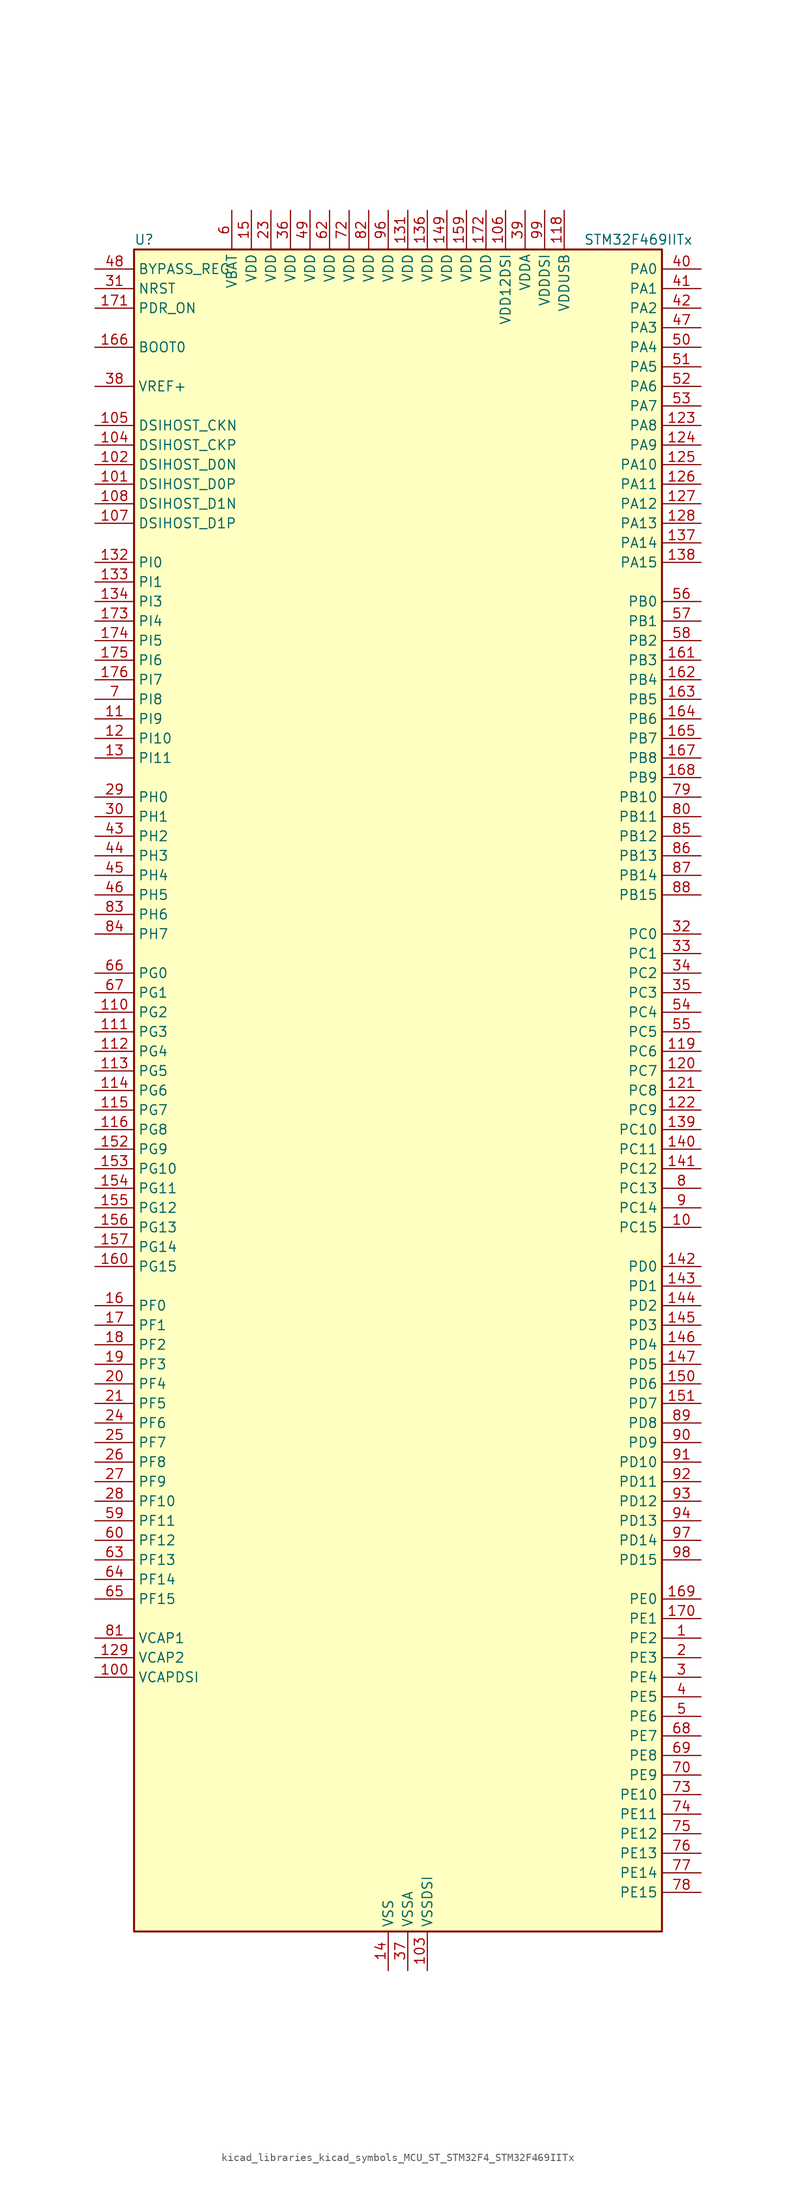
<source format=kicad_sym>
(kicad_symbol_lib
  (version 20220914)
  (generator kicad_symbol_editor)
  (symbol "kicad_libraries_kicad_symbols_MCU_ST_STM32F4_STM32F469IITx"
    (property "Reference" "U"
      (at -33.02 110.49 0)
      (effects (font (size 1.27 1.27)) (justify left)))
    (property "Value" "STM32F469IITx"
      (at 25.4 110.49 0)
      (effects (font (size 1.27 1.27)) (justify left)))
    (property "ki_locked" ""
      (at 0 0 0)
      (effects (font (size 1.27 1.27))))
    (symbol "kicad_libraries_kicad_symbols_MCU_ST_STM32F4_STM32F469IITx_0_1"
      (rectangle (start -33.02 -109.22) (end 35.56 109.22) (stroke (width 0.254) (type default)) (fill (type background))))
    (symbol "kicad_libraries_kicad_symbols_MCU_ST_STM32F4_STM32F469IITx_1_1"
      (pin bidirectional line (at 40.64 -71.12 180) (length 5.08) (name "PE2" (effects (font (size 1.27 1.27)))) (number "1" (effects (font (size 1.27 1.27)))) (alternate "ETH_TXD3" bidirectional line) (alternate "FMC_A23" bidirectional line) (alternate "QUADSPI_BK1_IO2" bidirectional line) (alternate "SAI1_MCLK_A" bidirectional line) (alternate "SPI4_SCK" bidirectional line) (alternate "SYS_TRACECLK" bidirectional line))
      (pin bidirectional line (at 40.64 -17.78 180) (length 5.08) (name "PC15" (effects (font (size 1.27 1.27)))) (number "10" (effects (font (size 1.27 1.27)))) (alternate "ADC1_EXTI15" bidirectional line) (alternate "ADC2_EXTI15" bidirectional line) (alternate "ADC3_EXTI15" bidirectional line) (alternate "RCC_OSC32_OUT" bidirectional line))
      (pin power_out line (at -38.1 -76.2 0) (length 5.08) (name "VCAPDSI" (effects (font (size 1.27 1.27)))) (number "100" (effects (font (size 1.27 1.27)))))
      (pin bidirectional line (at -38.1 78.74 0) (length 5.08) (name "DSIHOST_D0P" (effects (font (size 1.27 1.27)))) (number "101" (effects (font (size 1.27 1.27)))) (alternate "DSIHOST_D0P" bidirectional line))
      (pin bidirectional line (at -38.1 81.28 0) (length 5.08) (name "DSIHOST_D0N" (effects (font (size 1.27 1.27)))) (number "102" (effects (font (size 1.27 1.27)))) (alternate "DSIHOST_D0N" bidirectional line))
      (pin power_in line (at 5.08 -114.3 90) (length 5.08) (name "VSSDSI" (effects (font (size 1.27 1.27)))) (number "103" (effects (font (size 1.27 1.27)))))
      (pin bidirectional line (at -38.1 83.82 0) (length 5.08) (name "DSIHOST_CKP" (effects (font (size 1.27 1.27)))) (number "104" (effects (font (size 1.27 1.27)))) (alternate "DSIHOST_CKP" bidirectional line))
      (pin bidirectional line (at -38.1 86.36 0) (length 5.08) (name "DSIHOST_CKN" (effects (font (size 1.27 1.27)))) (number "105" (effects (font (size 1.27 1.27)))) (alternate "DSIHOST_CKN" bidirectional line))
      (pin power_in line (at 15.24 114.3 270) (length 5.08) (name "VDD12DSI" (effects (font (size 1.27 1.27)))) (number "106" (effects (font (size 1.27 1.27)))))
      (pin bidirectional line (at -38.1 73.66 0) (length 5.08) (name "DSIHOST_D1P" (effects (font (size 1.27 1.27)))) (number "107" (effects (font (size 1.27 1.27)))) (alternate "DSIHOST_D1P" bidirectional line))
      (pin bidirectional line (at -38.1 76.2 0) (length 5.08) (name "DSIHOST_D1N" (effects (font (size 1.27 1.27)))) (number "108" (effects (font (size 1.27 1.27)))) (alternate "DSIHOST_D1N" bidirectional line))
      (pin passive line (at 5.08 -114.3 90) (length 5.08) hide (name "VSSDSI" (effects (font (size 1.27 1.27)))) (number "109" (effects (font (size 1.27 1.27)))))
      (pin bidirectional line (at -38.1 48.26 0) (length 5.08) (name "PI9" (effects (font (size 1.27 1.27)))) (number "11" (effects (font (size 1.27 1.27)))) (alternate "CAN1_RX" bidirectional line) (alternate "DAC_EXTI9" bidirectional line) (alternate "FMC_D30" bidirectional line) (alternate "LTDC_VSYNC" bidirectional line))
      (pin bidirectional line (at -38.1 10.16 0) (length 5.08) (name "PG2" (effects (font (size 1.27 1.27)))) (number "110" (effects (font (size 1.27 1.27)))) (alternate "FMC_A12" bidirectional line))
      (pin bidirectional line (at -38.1 7.62 0) (length 5.08) (name "PG3" (effects (font (size 1.27 1.27)))) (number "111" (effects (font (size 1.27 1.27)))) (alternate "FMC_A13" bidirectional line))
      (pin bidirectional line (at -38.1 5.08 0) (length 5.08) (name "PG4" (effects (font (size 1.27 1.27)))) (number "112" (effects (font (size 1.27 1.27)))) (alternate "FMC_A14" bidirectional line) (alternate "FMC_BA0" bidirectional line))
      (pin bidirectional line (at -38.1 2.54 0) (length 5.08) (name "PG5" (effects (font (size 1.27 1.27)))) (number "113" (effects (font (size 1.27 1.27)))) (alternate "FMC_A15" bidirectional line) (alternate "FMC_BA1" bidirectional line))
      (pin bidirectional line (at -38.1 0 0) (length 5.08) (name "PG6" (effects (font (size 1.27 1.27)))) (number "114" (effects (font (size 1.27 1.27)))) (alternate "DCMI_D12" bidirectional line) (alternate "LTDC_R7" bidirectional line))
      (pin bidirectional line (at -38.1 -2.54 0) (length 5.08) (name "PG7" (effects (font (size 1.27 1.27)))) (number "115" (effects (font (size 1.27 1.27)))) (alternate "DCMI_D13" bidirectional line) (alternate "FMC_INT" bidirectional line) (alternate "LTDC_CLK" bidirectional line) (alternate "SAI1_MCLK_A" bidirectional line) (alternate "USART6_CK" bidirectional line))
      (pin bidirectional line (at -38.1 -5.08 0) (length 5.08) (name "PG8" (effects (font (size 1.27 1.27)))) (number "116" (effects (font (size 1.27 1.27)))) (alternate "ETH_PPS_OUT" bidirectional line) (alternate "FMC_SDCLK" bidirectional line) (alternate "LTDC_G7" bidirectional line) (alternate "SPI6_NSS" bidirectional line) (alternate "USART6_RTS" bidirectional line))
      (pin passive line (at 0 -114.3 90) (length 5.08) hide (name "VSS" (effects (font (size 1.27 1.27)))) (number "117" (effects (font (size 1.27 1.27)))))
      (pin power_in line (at 22.86 114.3 270) (length 5.08) (name "VDDUSB" (effects (font (size 1.27 1.27)))) (number "118" (effects (font (size 1.27 1.27)))))
      (pin bidirectional line (at 40.64 5.08 180) (length 5.08) (name "PC6" (effects (font (size 1.27 1.27)))) (number "119" (effects (font (size 1.27 1.27)))) (alternate "DCMI_D0" bidirectional line) (alternate "I2S2_MCK" bidirectional line) (alternate "LTDC_HSYNC" bidirectional line) (alternate "SDIO_D6" bidirectional line) (alternate "TIM3_CH1" bidirectional line) (alternate "TIM8_CH1" bidirectional line) (alternate "USART6_TX" bidirectional line))
      (pin bidirectional line (at -38.1 45.72 0) (length 5.08) (name "PI10" (effects (font (size 1.27 1.27)))) (number "12" (effects (font (size 1.27 1.27)))) (alternate "ETH_RX_ER" bidirectional line) (alternate "FMC_D31" bidirectional line) (alternate "LTDC_HSYNC" bidirectional line))
      (pin bidirectional line (at 40.64 2.54 180) (length 5.08) (name "PC7" (effects (font (size 1.27 1.27)))) (number "120" (effects (font (size 1.27 1.27)))) (alternate "DCMI_D1" bidirectional line) (alternate "I2S3_MCK" bidirectional line) (alternate "LTDC_G6" bidirectional line) (alternate "SDIO_D7" bidirectional line) (alternate "TIM3_CH2" bidirectional line) (alternate "TIM8_CH2" bidirectional line) (alternate "USART6_RX" bidirectional line))
      (pin bidirectional line (at 40.64 0 180) (length 5.08) (name "PC8" (effects (font (size 1.27 1.27)))) (number "121" (effects (font (size 1.27 1.27)))) (alternate "DCMI_D2" bidirectional line) (alternate "SDIO_D0" bidirectional line) (alternate "SYS_TRACED1" bidirectional line) (alternate "TIM3_CH3" bidirectional line) (alternate "TIM8_CH3" bidirectional line) (alternate "USART6_CK" bidirectional line))
      (pin bidirectional line (at 40.64 -2.54 180) (length 5.08) (name "PC9" (effects (font (size 1.27 1.27)))) (number "122" (effects (font (size 1.27 1.27)))) (alternate "DAC_EXTI9" bidirectional line) (alternate "DCMI_D3" bidirectional line) (alternate "I2C3_SDA" bidirectional line) (alternate "I2S_CKIN" bidirectional line) (alternate "QUADSPI_BK1_IO0" bidirectional line) (alternate "RCC_MCO_2" bidirectional line) (alternate "SDIO_D1" bidirectional line) (alternate "TIM3_CH4" bidirectional line) (alternate "TIM8_CH4" bidirectional line))
      (pin bidirectional line (at 40.64 86.36 180) (length 5.08) (name "PA8" (effects (font (size 1.27 1.27)))) (number "123" (effects (font (size 1.27 1.27)))) (alternate "I2C3_SCL" bidirectional line) (alternate "LTDC_R6" bidirectional line) (alternate "RCC_MCO_1" bidirectional line) (alternate "TIM1_CH1" bidirectional line) (alternate "USART1_CK" bidirectional line) (alternate "USB_OTG_FS_SOF" bidirectional line))
      (pin bidirectional line (at 40.64 83.82 180) (length 5.08) (name "PA9" (effects (font (size 1.27 1.27)))) (number "124" (effects (font (size 1.27 1.27)))) (alternate "DAC_EXTI9" bidirectional line) (alternate "DCMI_D0" bidirectional line) (alternate "I2C3_SMBA" bidirectional line) (alternate "I2S2_CK" bidirectional line) (alternate "SPI2_SCK" bidirectional line) (alternate "TIM1_CH2" bidirectional line) (alternate "USART1_TX" bidirectional line) (alternate "USB_OTG_FS_VBUS" bidirectional line))
      (pin bidirectional line (at 40.64 81.28 180) (length 5.08) (name "PA10" (effects (font (size 1.27 1.27)))) (number "125" (effects (font (size 1.27 1.27)))) (alternate "DCMI_D1" bidirectional line) (alternate "TIM1_CH3" bidirectional line) (alternate "USART1_RX" bidirectional line) (alternate "USB_OTG_FS_ID" bidirectional line))
      (pin bidirectional line (at 40.64 78.74 180) (length 5.08) (name "PA11" (effects (font (size 1.27 1.27)))) (number "126" (effects (font (size 1.27 1.27)))) (alternate "ADC1_EXTI11" bidirectional line) (alternate "ADC2_EXTI11" bidirectional line) (alternate "ADC3_EXTI11" bidirectional line) (alternate "CAN1_RX" bidirectional line) (alternate "LTDC_R4" bidirectional line) (alternate "TIM1_CH4" bidirectional line) (alternate "USART1_CTS" bidirectional line) (alternate "USB_OTG_FS_DM" bidirectional line))
      (pin bidirectional line (at 40.64 76.2 180) (length 5.08) (name "PA12" (effects (font (size 1.27 1.27)))) (number "127" (effects (font (size 1.27 1.27)))) (alternate "CAN1_TX" bidirectional line) (alternate "LTDC_R5" bidirectional line) (alternate "TIM1_ETR" bidirectional line) (alternate "USART1_RTS" bidirectional line) (alternate "USB_OTG_FS_DP" bidirectional line))
      (pin bidirectional line (at 40.64 73.66 180) (length 5.08) (name "PA13" (effects (font (size 1.27 1.27)))) (number "128" (effects (font (size 1.27 1.27)))) (alternate "SYS_JTMS-SWDIO" bidirectional line))
      (pin power_out line (at -38.1 -73.66 0) (length 5.08) (name "VCAP2" (effects (font (size 1.27 1.27)))) (number "129" (effects (font (size 1.27 1.27)))))
      (pin bidirectional line (at -38.1 43.18 0) (length 5.08) (name "PI11" (effects (font (size 1.27 1.27)))) (number "13" (effects (font (size 1.27 1.27)))) (alternate "ADC1_EXTI11" bidirectional line) (alternate "ADC2_EXTI11" bidirectional line) (alternate "ADC3_EXTI11" bidirectional line) (alternate "LTDC_G6" bidirectional line) (alternate "USB_OTG_HS_ULPI_DIR" bidirectional line))
      (pin passive line (at 0 -114.3 90) (length 5.08) hide (name "VSS" (effects (font (size 1.27 1.27)))) (number "130" (effects (font (size 1.27 1.27)))))
      (pin power_in line (at 2.54 114.3 270) (length 5.08) (name "VDD" (effects (font (size 1.27 1.27)))) (number "131" (effects (font (size 1.27 1.27)))))
      (pin bidirectional line (at -38.1 68.58 0) (length 5.08) (name "PI0" (effects (font (size 1.27 1.27)))) (number "132" (effects (font (size 1.27 1.27)))) (alternate "DCMI_D13" bidirectional line) (alternate "FMC_D24" bidirectional line) (alternate "I2S2_WS" bidirectional line) (alternate "LTDC_G5" bidirectional line) (alternate "SPI2_NSS" bidirectional line) (alternate "TIM5_CH4" bidirectional line))
      (pin bidirectional line (at -38.1 66.04 0) (length 5.08) (name "PI1" (effects (font (size 1.27 1.27)))) (number "133" (effects (font (size 1.27 1.27)))) (alternate "DCMI_D8" bidirectional line) (alternate "FMC_D25" bidirectional line) (alternate "I2S2_CK" bidirectional line) (alternate "LTDC_G6" bidirectional line) (alternate "SPI2_SCK" bidirectional line))
      (pin bidirectional line (at -38.1 63.5 0) (length 5.08) (name "PI3" (effects (font (size 1.27 1.27)))) (number "134" (effects (font (size 1.27 1.27)))) (alternate "DCMI_D10" bidirectional line) (alternate "FMC_D27" bidirectional line) (alternate "I2S2_SD" bidirectional line) (alternate "SPI2_MOSI" bidirectional line) (alternate "TIM8_ETR" bidirectional line))
      (pin passive line (at 0 -114.3 90) (length 5.08) hide (name "VSS" (effects (font (size 1.27 1.27)))) (number "135" (effects (font (size 1.27 1.27)))))
      (pin power_in line (at 5.08 114.3 270) (length 5.08) (name "VDD" (effects (font (size 1.27 1.27)))) (number "136" (effects (font (size 1.27 1.27)))))
      (pin bidirectional line (at 40.64 71.12 180) (length 5.08) (name "PA14" (effects (font (size 1.27 1.27)))) (number "137" (effects (font (size 1.27 1.27)))) (alternate "SYS_JTCK-SWCLK" bidirectional line))
      (pin bidirectional line (at 40.64 68.58 180) (length 5.08) (name "PA15" (effects (font (size 1.27 1.27)))) (number "138" (effects (font (size 1.27 1.27)))) (alternate "ADC1_EXTI15" bidirectional line) (alternate "ADC2_EXTI15" bidirectional line) (alternate "ADC3_EXTI15" bidirectional line) (alternate "I2S3_WS" bidirectional line) (alternate "SPI1_NSS" bidirectional line) (alternate "SPI3_NSS" bidirectional line) (alternate "SYS_JTDI" bidirectional line) (alternate "TIM2_CH1" bidirectional line) (alternate "TIM2_ETR" bidirectional line))
      (pin bidirectional line (at 40.64 -5.08 180) (length 5.08) (name "PC10" (effects (font (size 1.27 1.27)))) (number "139" (effects (font (size 1.27 1.27)))) (alternate "DCMI_D8" bidirectional line) (alternate "I2S3_CK" bidirectional line) (alternate "LTDC_R2" bidirectional line) (alternate "QUADSPI_BK1_IO1" bidirectional line) (alternate "SDIO_D2" bidirectional line) (alternate "SPI3_SCK" bidirectional line) (alternate "UART4_TX" bidirectional line) (alternate "USART3_TX" bidirectional line))
      (pin power_in line (at 0 -114.3 90) (length 5.08) (name "VSS" (effects (font (size 1.27 1.27)))) (number "14" (effects (font (size 1.27 1.27)))))
      (pin bidirectional line (at 40.64 -7.62 180) (length 5.08) (name "PC11" (effects (font (size 1.27 1.27)))) (number "140" (effects (font (size 1.27 1.27)))) (alternate "ADC1_EXTI11" bidirectional line) (alternate "ADC2_EXTI11" bidirectional line) (alternate "ADC3_EXTI11" bidirectional line) (alternate "DCMI_D4" bidirectional line) (alternate "I2S3_ext_SD" bidirectional line) (alternate "QUADSPI_BK2_NCS" bidirectional line) (alternate "SDIO_D3" bidirectional line) (alternate "SPI3_MISO" bidirectional line) (alternate "UART4_RX" bidirectional line) (alternate "USART3_RX" bidirectional line))
      (pin bidirectional line (at 40.64 -10.16 180) (length 5.08) (name "PC12" (effects (font (size 1.27 1.27)))) (number "141" (effects (font (size 1.27 1.27)))) (alternate "DCMI_D9" bidirectional line) (alternate "I2S3_SD" bidirectional line) (alternate "SDIO_CK" bidirectional line) (alternate "SPI3_MOSI" bidirectional line) (alternate "SYS_TRACED3" bidirectional line) (alternate "UART5_TX" bidirectional line) (alternate "USART3_CK" bidirectional line))
      (pin bidirectional line (at 40.64 -22.86 180) (length 5.08) (name "PD0" (effects (font (size 1.27 1.27)))) (number "142" (effects (font (size 1.27 1.27)))) (alternate "CAN1_RX" bidirectional line) (alternate "FMC_D2" bidirectional line) (alternate "FMC_DA2" bidirectional line))
      (pin bidirectional line (at 40.64 -25.4 180) (length 5.08) (name "PD1" (effects (font (size 1.27 1.27)))) (number "143" (effects (font (size 1.27 1.27)))) (alternate "CAN1_TX" bidirectional line) (alternate "FMC_D3" bidirectional line) (alternate "FMC_DA3" bidirectional line))
      (pin bidirectional line (at 40.64 -27.94 180) (length 5.08) (name "PD2" (effects (font (size 1.27 1.27)))) (number "144" (effects (font (size 1.27 1.27)))) (alternate "DCMI_D11" bidirectional line) (alternate "SDIO_CMD" bidirectional line) (alternate "SYS_TRACED2" bidirectional line) (alternate "TIM3_ETR" bidirectional line) (alternate "UART5_RX" bidirectional line))
      (pin bidirectional line (at 40.64 -30.48 180) (length 5.08) (name "PD3" (effects (font (size 1.27 1.27)))) (number "145" (effects (font (size 1.27 1.27)))) (alternate "DCMI_D5" bidirectional line) (alternate "FMC_CLK" bidirectional line) (alternate "I2S2_CK" bidirectional line) (alternate "LTDC_G7" bidirectional line) (alternate "SPI2_SCK" bidirectional line) (alternate "USART2_CTS" bidirectional line))
      (pin bidirectional line (at 40.64 -33.02 180) (length 5.08) (name "PD4" (effects (font (size 1.27 1.27)))) (number "146" (effects (font (size 1.27 1.27)))) (alternate "FMC_NOE" bidirectional line) (alternate "USART2_RTS" bidirectional line))
      (pin bidirectional line (at 40.64 -35.56 180) (length 5.08) (name "PD5" (effects (font (size 1.27 1.27)))) (number "147" (effects (font (size 1.27 1.27)))) (alternate "FMC_NWE" bidirectional line) (alternate "USART2_TX" bidirectional line))
      (pin passive line (at 0 -114.3 90) (length 5.08) hide (name "VSS" (effects (font (size 1.27 1.27)))) (number "148" (effects (font (size 1.27 1.27)))))
      (pin power_in line (at 7.62 114.3 270) (length 5.08) (name "VDD" (effects (font (size 1.27 1.27)))) (number "149" (effects (font (size 1.27 1.27)))))
      (pin power_in line (at -17.78 114.3 270) (length 5.08) (name "VDD" (effects (font (size 1.27 1.27)))) (number "15" (effects (font (size 1.27 1.27)))))
      (pin bidirectional line (at 40.64 -38.1 180) (length 5.08) (name "PD6" (effects (font (size 1.27 1.27)))) (number "150" (effects (font (size 1.27 1.27)))) (alternate "DCMI_D10" bidirectional line) (alternate "FMC_NWAIT" bidirectional line) (alternate "I2S3_SD" bidirectional line) (alternate "LTDC_B2" bidirectional line) (alternate "SAI1_SD_A" bidirectional line) (alternate "SPI3_MOSI" bidirectional line) (alternate "USART2_RX" bidirectional line))
      (pin bidirectional line (at 40.64 -40.64 180) (length 5.08) (name "PD7" (effects (font (size 1.27 1.27)))) (number "151" (effects (font (size 1.27 1.27)))) (alternate "FMC_NE1" bidirectional line) (alternate "USART2_CK" bidirectional line))
      (pin bidirectional line (at -38.1 -7.62 0) (length 5.08) (name "PG9" (effects (font (size 1.27 1.27)))) (number "152" (effects (font (size 1.27 1.27)))) (alternate "DAC_EXTI9" bidirectional line) (alternate "DCMI_VSYNC" bidirectional line) (alternate "FMC_NCE" bidirectional line) (alternate "FMC_NE2" bidirectional line) (alternate "QUADSPI_BK2_IO2" bidirectional line) (alternate "USART6_RX" bidirectional line))
      (pin bidirectional line (at -38.1 -10.16 0) (length 5.08) (name "PG10" (effects (font (size 1.27 1.27)))) (number "153" (effects (font (size 1.27 1.27)))) (alternate "DCMI_D2" bidirectional line) (alternate "FMC_NE3" bidirectional line) (alternate "LTDC_B2" bidirectional line) (alternate "LTDC_G3" bidirectional line))
      (pin bidirectional line (at -38.1 -12.7 0) (length 5.08) (name "PG11" (effects (font (size 1.27 1.27)))) (number "154" (effects (font (size 1.27 1.27)))) (alternate "ADC1_EXTI11" bidirectional line) (alternate "ADC2_EXTI11" bidirectional line) (alternate "ADC3_EXTI11" bidirectional line) (alternate "DCMI_D3" bidirectional line) (alternate "ETH_TX_EN" bidirectional line) (alternate "LTDC_B3" bidirectional line))
      (pin bidirectional line (at -38.1 -15.24 0) (length 5.08) (name "PG12" (effects (font (size 1.27 1.27)))) (number "155" (effects (font (size 1.27 1.27)))) (alternate "FMC_NE4" bidirectional line) (alternate "LTDC_B1" bidirectional line) (alternate "LTDC_B4" bidirectional line) (alternate "SPI6_MISO" bidirectional line) (alternate "USART6_RTS" bidirectional line))
      (pin bidirectional line (at -38.1 -17.78 0) (length 5.08) (name "PG13" (effects (font (size 1.27 1.27)))) (number "156" (effects (font (size 1.27 1.27)))) (alternate "ETH_TXD0" bidirectional line) (alternate "FMC_A24" bidirectional line) (alternate "LTDC_R0" bidirectional line) (alternate "SPI6_SCK" bidirectional line) (alternate "SYS_TRACED0" bidirectional line) (alternate "USART6_CTS" bidirectional line))
      (pin bidirectional line (at -38.1 -20.32 0) (length 5.08) (name "PG14" (effects (font (size 1.27 1.27)))) (number "157" (effects (font (size 1.27 1.27)))) (alternate "ETH_TXD1" bidirectional line) (alternate "FMC_A25" bidirectional line) (alternate "LTDC_B0" bidirectional line) (alternate "QUADSPI_BK2_IO3" bidirectional line) (alternate "SPI6_MOSI" bidirectional line) (alternate "SYS_TRACED1" bidirectional line) (alternate "USART6_TX" bidirectional line))
      (pin passive line (at 0 -114.3 90) (length 5.08) hide (name "VSS" (effects (font (size 1.27 1.27)))) (number "158" (effects (font (size 1.27 1.27)))))
      (pin power_in line (at 10.16 114.3 270) (length 5.08) (name "VDD" (effects (font (size 1.27 1.27)))) (number "159" (effects (font (size 1.27 1.27)))))
      (pin bidirectional line (at -38.1 -27.94 0) (length 5.08) (name "PF0" (effects (font (size 1.27 1.27)))) (number "16" (effects (font (size 1.27 1.27)))) (alternate "FMC_A0" bidirectional line) (alternate "I2C2_SDA" bidirectional line))
      (pin bidirectional line (at -38.1 -22.86 0) (length 5.08) (name "PG15" (effects (font (size 1.27 1.27)))) (number "160" (effects (font (size 1.27 1.27)))) (alternate "ADC1_EXTI15" bidirectional line) (alternate "ADC2_EXTI15" bidirectional line) (alternate "ADC3_EXTI15" bidirectional line) (alternate "DCMI_D13" bidirectional line) (alternate "FMC_SDNCAS" bidirectional line) (alternate "USART6_CTS" bidirectional line))
      (pin bidirectional line (at 40.64 55.88 180) (length 5.08) (name "PB3" (effects (font (size 1.27 1.27)))) (number "161" (effects (font (size 1.27 1.27)))) (alternate "I2S3_CK" bidirectional line) (alternate "SPI1_SCK" bidirectional line) (alternate "SPI3_SCK" bidirectional line) (alternate "SYS_JTDO-SWO" bidirectional line) (alternate "TIM2_CH2" bidirectional line))
      (pin bidirectional line (at 40.64 53.34 180) (length 5.08) (name "PB4" (effects (font (size 1.27 1.27)))) (number "162" (effects (font (size 1.27 1.27)))) (alternate "I2S3_ext_SD" bidirectional line) (alternate "SPI1_MISO" bidirectional line) (alternate "SPI3_MISO" bidirectional line) (alternate "SYS_JTRST" bidirectional line) (alternate "TIM3_CH1" bidirectional line))
      (pin bidirectional line (at 40.64 50.8 180) (length 5.08) (name "PB5" (effects (font (size 1.27 1.27)))) (number "163" (effects (font (size 1.27 1.27)))) (alternate "CAN2_RX" bidirectional line) (alternate "DCMI_D10" bidirectional line) (alternate "ETH_PPS_OUT" bidirectional line) (alternate "FMC_SDCKE1" bidirectional line) (alternate "I2C1_SMBA" bidirectional line) (alternate "I2S3_SD" bidirectional line) (alternate "LTDC_G7" bidirectional line) (alternate "SPI1_MOSI" bidirectional line) (alternate "SPI3_MOSI" bidirectional line) (alternate "TIM3_CH2" bidirectional line) (alternate "USB_OTG_HS_ULPI_D7" bidirectional line))
      (pin bidirectional line (at 40.64 48.26 180) (length 5.08) (name "PB6" (effects (font (size 1.27 1.27)))) (number "164" (effects (font (size 1.27 1.27)))) (alternate "CAN2_TX" bidirectional line) (alternate "DCMI_D5" bidirectional line) (alternate "FMC_SDNE1" bidirectional line) (alternate "I2C1_SCL" bidirectional line) (alternate "QUADSPI_BK1_NCS" bidirectional line) (alternate "TIM4_CH1" bidirectional line) (alternate "USART1_TX" bidirectional line))
      (pin bidirectional line (at 40.64 45.72 180) (length 5.08) (name "PB7" (effects (font (size 1.27 1.27)))) (number "165" (effects (font (size 1.27 1.27)))) (alternate "DCMI_VSYNC" bidirectional line) (alternate "FMC_NL" bidirectional line) (alternate "I2C1_SDA" bidirectional line) (alternate "TIM4_CH2" bidirectional line) (alternate "USART1_RX" bidirectional line))
      (pin input line (at -38.1 96.52 0) (length 5.08) (name "BOOT0" (effects (font (size 1.27 1.27)))) (number "166" (effects (font (size 1.27 1.27)))))
      (pin bidirectional line (at 40.64 43.18 180) (length 5.08) (name "PB8" (effects (font (size 1.27 1.27)))) (number "167" (effects (font (size 1.27 1.27)))) (alternate "CAN1_RX" bidirectional line) (alternate "DCMI_D6" bidirectional line) (alternate "ETH_TXD3" bidirectional line) (alternate "I2C1_SCL" bidirectional line) (alternate "LTDC_B6" bidirectional line) (alternate "SDIO_D4" bidirectional line) (alternate "TIM10_CH1" bidirectional line) (alternate "TIM4_CH3" bidirectional line))
      (pin bidirectional line (at 40.64 40.64 180) (length 5.08) (name "PB9" (effects (font (size 1.27 1.27)))) (number "168" (effects (font (size 1.27 1.27)))) (alternate "CAN1_TX" bidirectional line) (alternate "DAC_EXTI9" bidirectional line) (alternate "DCMI_D7" bidirectional line) (alternate "I2C1_SDA" bidirectional line) (alternate "I2S2_WS" bidirectional line) (alternate "LTDC_B7" bidirectional line) (alternate "SDIO_D5" bidirectional line) (alternate "SPI2_NSS" bidirectional line) (alternate "TIM11_CH1" bidirectional line) (alternate "TIM4_CH4" bidirectional line))
      (pin bidirectional line (at 40.64 -66.04 180) (length 5.08) (name "PE0" (effects (font (size 1.27 1.27)))) (number "169" (effects (font (size 1.27 1.27)))) (alternate "DCMI_D2" bidirectional line) (alternate "FMC_NBL0" bidirectional line) (alternate "TIM4_ETR" bidirectional line) (alternate "UART8_RX" bidirectional line))
      (pin bidirectional line (at -38.1 -30.48 0) (length 5.08) (name "PF1" (effects (font (size 1.27 1.27)))) (number "17" (effects (font (size 1.27 1.27)))) (alternate "FMC_A1" bidirectional line) (alternate "I2C2_SCL" bidirectional line))
      (pin bidirectional line (at 40.64 -68.58 180) (length 5.08) (name "PE1" (effects (font (size 1.27 1.27)))) (number "170" (effects (font (size 1.27 1.27)))) (alternate "DCMI_D3" bidirectional line) (alternate "FMC_NBL1" bidirectional line) (alternate "UART8_TX" bidirectional line))
      (pin input line (at -38.1 101.6 0) (length 5.08) (name "PDR_ON" (effects (font (size 1.27 1.27)))) (number "171" (effects (font (size 1.27 1.27)))))
      (pin power_in line (at 12.7 114.3 270) (length 5.08) (name "VDD" (effects (font (size 1.27 1.27)))) (number "172" (effects (font (size 1.27 1.27)))))
      (pin bidirectional line (at -38.1 60.96 0) (length 5.08) (name "PI4" (effects (font (size 1.27 1.27)))) (number "173" (effects (font (size 1.27 1.27)))) (alternate "DCMI_D5" bidirectional line) (alternate "FMC_NBL2" bidirectional line) (alternate "LTDC_B4" bidirectional line) (alternate "TIM8_BKIN" bidirectional line))
      (pin bidirectional line (at -38.1 58.42 0) (length 5.08) (name "PI5" (effects (font (size 1.27 1.27)))) (number "174" (effects (font (size 1.27 1.27)))) (alternate "DCMI_VSYNC" bidirectional line) (alternate "FMC_NBL3" bidirectional line) (alternate "LTDC_B5" bidirectional line) (alternate "TIM8_CH1" bidirectional line))
      (pin bidirectional line (at -38.1 55.88 0) (length 5.08) (name "PI6" (effects (font (size 1.27 1.27)))) (number "175" (effects (font (size 1.27 1.27)))) (alternate "DCMI_D6" bidirectional line) (alternate "FMC_D28" bidirectional line) (alternate "LTDC_B6" bidirectional line) (alternate "TIM8_CH2" bidirectional line))
      (pin bidirectional line (at -38.1 53.34 0) (length 5.08) (name "PI7" (effects (font (size 1.27 1.27)))) (number "176" (effects (font (size 1.27 1.27)))) (alternate "DCMI_D7" bidirectional line) (alternate "FMC_D29" bidirectional line) (alternate "LTDC_B7" bidirectional line) (alternate "TIM8_CH3" bidirectional line))
      (pin bidirectional line (at -38.1 -33.02 0) (length 5.08) (name "PF2" (effects (font (size 1.27 1.27)))) (number "18" (effects (font (size 1.27 1.27)))) (alternate "FMC_A2" bidirectional line) (alternate "I2C2_SMBA" bidirectional line))
      (pin bidirectional line (at -38.1 -35.56 0) (length 5.08) (name "PF3" (effects (font (size 1.27 1.27)))) (number "19" (effects (font (size 1.27 1.27)))) (alternate "ADC3_IN9" bidirectional line) (alternate "FMC_A3" bidirectional line))
      (pin bidirectional line (at 40.64 -73.66 180) (length 5.08) (name "PE3" (effects (font (size 1.27 1.27)))) (number "2" (effects (font (size 1.27 1.27)))) (alternate "FMC_A19" bidirectional line) (alternate "SAI1_SD_B" bidirectional line) (alternate "SYS_TRACED0" bidirectional line))
      (pin bidirectional line (at -38.1 -38.1 0) (length 5.08) (name "PF4" (effects (font (size 1.27 1.27)))) (number "20" (effects (font (size 1.27 1.27)))) (alternate "ADC3_IN14" bidirectional line) (alternate "FMC_A4" bidirectional line))
      (pin bidirectional line (at -38.1 -40.64 0) (length 5.08) (name "PF5" (effects (font (size 1.27 1.27)))) (number "21" (effects (font (size 1.27 1.27)))) (alternate "ADC3_IN15" bidirectional line) (alternate "FMC_A5" bidirectional line))
      (pin passive line (at 0 -114.3 90) (length 5.08) hide (name "VSS" (effects (font (size 1.27 1.27)))) (number "22" (effects (font (size 1.27 1.27)))))
      (pin power_in line (at -15.24 114.3 270) (length 5.08) (name "VDD" (effects (font (size 1.27 1.27)))) (number "23" (effects (font (size 1.27 1.27)))))
      (pin bidirectional line (at -38.1 -43.18 0) (length 5.08) (name "PF6" (effects (font (size 1.27 1.27)))) (number "24" (effects (font (size 1.27 1.27)))) (alternate "ADC3_IN4" bidirectional line) (alternate "QUADSPI_BK1_IO3" bidirectional line) (alternate "SAI1_SD_B" bidirectional line) (alternate "SPI5_NSS" bidirectional line) (alternate "TIM10_CH1" bidirectional line) (alternate "UART7_RX" bidirectional line))
      (pin bidirectional line (at -38.1 -45.72 0) (length 5.08) (name "PF7" (effects (font (size 1.27 1.27)))) (number "25" (effects (font (size 1.27 1.27)))) (alternate "ADC3_IN5" bidirectional line) (alternate "QUADSPI_BK1_IO2" bidirectional line) (alternate "SAI1_MCLK_B" bidirectional line) (alternate "SPI5_SCK" bidirectional line) (alternate "TIM11_CH1" bidirectional line) (alternate "UART7_TX" bidirectional line))
      (pin bidirectional line (at -38.1 -48.26 0) (length 5.08) (name "PF8" (effects (font (size 1.27 1.27)))) (number "26" (effects (font (size 1.27 1.27)))) (alternate "ADC3_IN6" bidirectional line) (alternate "QUADSPI_BK1_IO0" bidirectional line) (alternate "SAI1_SCK_B" bidirectional line) (alternate "SPI5_MISO" bidirectional line) (alternate "TIM13_CH1" bidirectional line))
      (pin bidirectional line (at -38.1 -50.8 0) (length 5.08) (name "PF9" (effects (font (size 1.27 1.27)))) (number "27" (effects (font (size 1.27 1.27)))) (alternate "ADC3_IN7" bidirectional line) (alternate "DAC_EXTI9" bidirectional line) (alternate "QUADSPI_BK1_IO1" bidirectional line) (alternate "SAI1_FS_B" bidirectional line) (alternate "SPI5_MOSI" bidirectional line) (alternate "TIM14_CH1" bidirectional line))
      (pin bidirectional line (at -38.1 -53.34 0) (length 5.08) (name "PF10" (effects (font (size 1.27 1.27)))) (number "28" (effects (font (size 1.27 1.27)))) (alternate "ADC3_IN8" bidirectional line) (alternate "DCMI_D11" bidirectional line) (alternate "LTDC_DE" bidirectional line) (alternate "QUADSPI_CLK" bidirectional line))
      (pin bidirectional line (at -38.1 38.1 0) (length 5.08) (name "PH0" (effects (font (size 1.27 1.27)))) (number "29" (effects (font (size 1.27 1.27)))) (alternate "RCC_OSC_IN" bidirectional line))
      (pin bidirectional line (at 40.64 -76.2 180) (length 5.08) (name "PE4" (effects (font (size 1.27 1.27)))) (number "3" (effects (font (size 1.27 1.27)))) (alternate "DCMI_D4" bidirectional line) (alternate "FMC_A20" bidirectional line) (alternate "LTDC_B0" bidirectional line) (alternate "SAI1_FS_A" bidirectional line) (alternate "SPI4_NSS" bidirectional line) (alternate "SYS_TRACED1" bidirectional line))
      (pin bidirectional line (at -38.1 35.56 0) (length 5.08) (name "PH1" (effects (font (size 1.27 1.27)))) (number "30" (effects (font (size 1.27 1.27)))) (alternate "RCC_OSC_OUT" bidirectional line))
      (pin input line (at -38.1 104.14 0) (length 5.08) (name "NRST" (effects (font (size 1.27 1.27)))) (number "31" (effects (font (size 1.27 1.27)))))
      (pin bidirectional line (at 40.64 20.32 180) (length 5.08) (name "PC0" (effects (font (size 1.27 1.27)))) (number "32" (effects (font (size 1.27 1.27)))) (alternate "ADC1_IN10" bidirectional line) (alternate "ADC2_IN10" bidirectional line) (alternate "ADC3_IN10" bidirectional line) (alternate "FMC_SDNWE" bidirectional line) (alternate "LTDC_R5" bidirectional line) (alternate "USB_OTG_HS_ULPI_STP" bidirectional line))
      (pin bidirectional line (at 40.64 17.78 180) (length 5.08) (name "PC1" (effects (font (size 1.27 1.27)))) (number "33" (effects (font (size 1.27 1.27)))) (alternate "ADC1_IN11" bidirectional line) (alternate "ADC2_IN11" bidirectional line) (alternate "ADC3_IN11" bidirectional line) (alternate "ETH_MDC" bidirectional line) (alternate "I2S2_SD" bidirectional line) (alternate "SAI1_SD_A" bidirectional line) (alternate "SPI2_MOSI" bidirectional line) (alternate "SYS_TRACED0" bidirectional line))
      (pin bidirectional line (at 40.64 15.24 180) (length 5.08) (name "PC2" (effects (font (size 1.27 1.27)))) (number "34" (effects (font (size 1.27 1.27)))) (alternate "ADC1_IN12" bidirectional line) (alternate "ADC2_IN12" bidirectional line) (alternate "ADC3_IN12" bidirectional line) (alternate "ETH_TXD2" bidirectional line) (alternate "FMC_SDNE0" bidirectional line) (alternate "I2S2_ext_SD" bidirectional line) (alternate "SPI2_MISO" bidirectional line) (alternate "USB_OTG_HS_ULPI_DIR" bidirectional line))
      (pin bidirectional line (at 40.64 12.7 180) (length 5.08) (name "PC3" (effects (font (size 1.27 1.27)))) (number "35" (effects (font (size 1.27 1.27)))) (alternate "ADC1_IN13" bidirectional line) (alternate "ADC2_IN13" bidirectional line) (alternate "ADC3_IN13" bidirectional line) (alternate "ETH_TX_CLK" bidirectional line) (alternate "FMC_SDCKE0" bidirectional line) (alternate "I2S2_SD" bidirectional line) (alternate "SPI2_MOSI" bidirectional line) (alternate "USB_OTG_HS_ULPI_NXT" bidirectional line))
      (pin power_in line (at -12.7 114.3 270) (length 5.08) (name "VDD" (effects (font (size 1.27 1.27)))) (number "36" (effects (font (size 1.27 1.27)))))
      (pin power_in line (at 2.54 -114.3 90) (length 5.08) (name "VSSA" (effects (font (size 1.27 1.27)))) (number "37" (effects (font (size 1.27 1.27)))))
      (pin input line (at -38.1 91.44 0) (length 5.08) (name "VREF+" (effects (font (size 1.27 1.27)))) (number "38" (effects (font (size 1.27 1.27)))))
      (pin power_in line (at 17.78 114.3 270) (length 5.08) (name "VDDA" (effects (font (size 1.27 1.27)))) (number "39" (effects (font (size 1.27 1.27)))))
      (pin bidirectional line (at 40.64 -78.74 180) (length 5.08) (name "PE5" (effects (font (size 1.27 1.27)))) (number "4" (effects (font (size 1.27 1.27)))) (alternate "DCMI_D6" bidirectional line) (alternate "FMC_A21" bidirectional line) (alternate "LTDC_G0" bidirectional line) (alternate "SAI1_SCK_A" bidirectional line) (alternate "SPI4_MISO" bidirectional line) (alternate "SYS_TRACED2" bidirectional line) (alternate "TIM9_CH1" bidirectional line))
      (pin bidirectional line (at 40.64 106.68 180) (length 5.08) (name "PA0" (effects (font (size 1.27 1.27)))) (number "40" (effects (font (size 1.27 1.27)))) (alternate "ADC1_IN0" bidirectional line) (alternate "ADC2_IN0" bidirectional line) (alternate "ADC3_IN0" bidirectional line) (alternate "ETH_CRS" bidirectional line) (alternate "SYS_WKUP" bidirectional line) (alternate "TIM2_CH1" bidirectional line) (alternate "TIM2_ETR" bidirectional line) (alternate "TIM5_CH1" bidirectional line) (alternate "TIM8_ETR" bidirectional line) (alternate "UART4_TX" bidirectional line) (alternate "USART2_CTS" bidirectional line))
      (pin bidirectional line (at 40.64 104.14 180) (length 5.08) (name "PA1" (effects (font (size 1.27 1.27)))) (number "41" (effects (font (size 1.27 1.27)))) (alternate "ADC1_IN1" bidirectional line) (alternate "ADC2_IN1" bidirectional line) (alternate "ADC3_IN1" bidirectional line) (alternate "ETH_REF_CLK" bidirectional line) (alternate "ETH_RX_CLK" bidirectional line) (alternate "LTDC_R2" bidirectional line) (alternate "QUADSPI_BK1_IO3" bidirectional line) (alternate "TIM2_CH2" bidirectional line) (alternate "TIM5_CH2" bidirectional line) (alternate "UART4_RX" bidirectional line) (alternate "USART2_RTS" bidirectional line))
      (pin bidirectional line (at 40.64 101.6 180) (length 5.08) (name "PA2" (effects (font (size 1.27 1.27)))) (number "42" (effects (font (size 1.27 1.27)))) (alternate "ADC1_IN2" bidirectional line) (alternate "ADC2_IN2" bidirectional line) (alternate "ADC3_IN2" bidirectional line) (alternate "ETH_MDIO" bidirectional line) (alternate "LTDC_R1" bidirectional line) (alternate "TIM2_CH3" bidirectional line) (alternate "TIM5_CH3" bidirectional line) (alternate "TIM9_CH1" bidirectional line) (alternate "USART2_TX" bidirectional line))
      (pin bidirectional line (at -38.1 33.02 0) (length 5.08) (name "PH2" (effects (font (size 1.27 1.27)))) (number "43" (effects (font (size 1.27 1.27)))) (alternate "ETH_CRS" bidirectional line) (alternate "FMC_SDCKE0" bidirectional line) (alternate "LTDC_R0" bidirectional line) (alternate "QUADSPI_BK2_IO0" bidirectional line))
      (pin bidirectional line (at -38.1 30.48 0) (length 5.08) (name "PH3" (effects (font (size 1.27 1.27)))) (number "44" (effects (font (size 1.27 1.27)))) (alternate "ETH_COL" bidirectional line) (alternate "FMC_SDNE0" bidirectional line) (alternate "LTDC_R1" bidirectional line) (alternate "QUADSPI_BK2_IO1" bidirectional line))
      (pin bidirectional line (at -38.1 27.94 0) (length 5.08) (name "PH4" (effects (font (size 1.27 1.27)))) (number "45" (effects (font (size 1.27 1.27)))) (alternate "I2C2_SCL" bidirectional line) (alternate "LTDC_G4" bidirectional line) (alternate "LTDC_G5" bidirectional line) (alternate "USB_OTG_HS_ULPI_NXT" bidirectional line))
      (pin bidirectional line (at -38.1 25.4 0) (length 5.08) (name "PH5" (effects (font (size 1.27 1.27)))) (number "46" (effects (font (size 1.27 1.27)))) (alternate "FMC_SDNWE" bidirectional line) (alternate "I2C2_SDA" bidirectional line) (alternate "SPI5_NSS" bidirectional line))
      (pin bidirectional line (at 40.64 99.06 180) (length 5.08) (name "PA3" (effects (font (size 1.27 1.27)))) (number "47" (effects (font (size 1.27 1.27)))) (alternate "ADC1_IN3" bidirectional line) (alternate "ADC2_IN3" bidirectional line) (alternate "ADC3_IN3" bidirectional line) (alternate "ETH_COL" bidirectional line) (alternate "LTDC_B2" bidirectional line) (alternate "LTDC_B5" bidirectional line) (alternate "TIM2_CH4" bidirectional line) (alternate "TIM5_CH4" bidirectional line) (alternate "TIM9_CH2" bidirectional line) (alternate "USART2_RX" bidirectional line) (alternate "USB_OTG_HS_ULPI_D0" bidirectional line))
      (pin input line (at -38.1 106.68 0) (length 5.08) (name "BYPASS_REG" (effects (font (size 1.27 1.27)))) (number "48" (effects (font (size 1.27 1.27)))))
      (pin power_in line (at -10.16 114.3 270) (length 5.08) (name "VDD" (effects (font (size 1.27 1.27)))) (number "49" (effects (font (size 1.27 1.27)))))
      (pin bidirectional line (at 40.64 -81.28 180) (length 5.08) (name "PE6" (effects (font (size 1.27 1.27)))) (number "5" (effects (font (size 1.27 1.27)))) (alternate "DCMI_D7" bidirectional line) (alternate "FMC_A22" bidirectional line) (alternate "LTDC_G1" bidirectional line) (alternate "SAI1_SD_A" bidirectional line) (alternate "SPI4_MOSI" bidirectional line) (alternate "SYS_TRACED3" bidirectional line) (alternate "TIM9_CH2" bidirectional line))
      (pin bidirectional line (at 40.64 96.52 180) (length 5.08) (name "PA4" (effects (font (size 1.27 1.27)))) (number "50" (effects (font (size 1.27 1.27)))) (alternate "ADC1_IN4" bidirectional line) (alternate "ADC2_IN4" bidirectional line) (alternate "DAC_OUT1" bidirectional line) (alternate "DCMI_HSYNC" bidirectional line) (alternate "I2S3_WS" bidirectional line) (alternate "LTDC_VSYNC" bidirectional line) (alternate "SPI1_NSS" bidirectional line) (alternate "SPI3_NSS" bidirectional line) (alternate "USART2_CK" bidirectional line) (alternate "USB_OTG_HS_SOF" bidirectional line))
      (pin bidirectional line (at 40.64 93.98 180) (length 5.08) (name "PA5" (effects (font (size 1.27 1.27)))) (number "51" (effects (font (size 1.27 1.27)))) (alternate "ADC1_IN5" bidirectional line) (alternate "ADC2_IN5" bidirectional line) (alternate "DAC_OUT2" bidirectional line) (alternate "LTDC_R4" bidirectional line) (alternate "SPI1_SCK" bidirectional line) (alternate "TIM2_CH1" bidirectional line) (alternate "TIM2_ETR" bidirectional line) (alternate "TIM8_CH1N" bidirectional line) (alternate "USB_OTG_HS_ULPI_CK" bidirectional line))
      (pin bidirectional line (at 40.64 91.44 180) (length 5.08) (name "PA6" (effects (font (size 1.27 1.27)))) (number "52" (effects (font (size 1.27 1.27)))) (alternate "ADC1_IN6" bidirectional line) (alternate "ADC2_IN6" bidirectional line) (alternate "DCMI_PIXCLK" bidirectional line) (alternate "LTDC_G2" bidirectional line) (alternate "SPI1_MISO" bidirectional line) (alternate "TIM13_CH1" bidirectional line) (alternate "TIM1_BKIN" bidirectional line) (alternate "TIM3_CH1" bidirectional line) (alternate "TIM8_BKIN" bidirectional line))
      (pin bidirectional line (at 40.64 88.9 180) (length 5.08) (name "PA7" (effects (font (size 1.27 1.27)))) (number "53" (effects (font (size 1.27 1.27)))) (alternate "ADC1_IN7" bidirectional line) (alternate "ADC2_IN7" bidirectional line) (alternate "ETH_CRS_DV" bidirectional line) (alternate "ETH_RX_DV" bidirectional line) (alternate "FMC_SDNWE" bidirectional line) (alternate "QUADSPI_CLK" bidirectional line) (alternate "SPI1_MOSI" bidirectional line) (alternate "TIM14_CH1" bidirectional line) (alternate "TIM1_CH1N" bidirectional line) (alternate "TIM3_CH2" bidirectional line) (alternate "TIM8_CH1N" bidirectional line))
      (pin bidirectional line (at 40.64 10.16 180) (length 5.08) (name "PC4" (effects (font (size 1.27 1.27)))) (number "54" (effects (font (size 1.27 1.27)))) (alternate "ADC1_IN14" bidirectional line) (alternate "ADC2_IN14" bidirectional line) (alternate "ETH_RXD0" bidirectional line) (alternate "FMC_SDNE0" bidirectional line))
      (pin bidirectional line (at 40.64 7.62 180) (length 5.08) (name "PC5" (effects (font (size 1.27 1.27)))) (number "55" (effects (font (size 1.27 1.27)))) (alternate "ADC1_IN15" bidirectional line) (alternate "ADC2_IN15" bidirectional line) (alternate "ETH_RXD1" bidirectional line) (alternate "FMC_SDCKE0" bidirectional line))
      (pin bidirectional line (at 40.64 63.5 180) (length 5.08) (name "PB0" (effects (font (size 1.27 1.27)))) (number "56" (effects (font (size 1.27 1.27)))) (alternate "ADC1_IN8" bidirectional line) (alternate "ADC2_IN8" bidirectional line) (alternate "ETH_RXD2" bidirectional line) (alternate "LTDC_G1" bidirectional line) (alternate "LTDC_R3" bidirectional line) (alternate "TIM1_CH2N" bidirectional line) (alternate "TIM3_CH3" bidirectional line) (alternate "TIM8_CH2N" bidirectional line) (alternate "USB_OTG_HS_ULPI_D1" bidirectional line))
      (pin bidirectional line (at 40.64 60.96 180) (length 5.08) (name "PB1" (effects (font (size 1.27 1.27)))) (number "57" (effects (font (size 1.27 1.27)))) (alternate "ADC1_IN9" bidirectional line) (alternate "ADC2_IN9" bidirectional line) (alternate "ETH_RXD3" bidirectional line) (alternate "LTDC_G0" bidirectional line) (alternate "LTDC_R6" bidirectional line) (alternate "TIM1_CH3N" bidirectional line) (alternate "TIM3_CH4" bidirectional line) (alternate "TIM8_CH3N" bidirectional line) (alternate "USB_OTG_HS_ULPI_D2" bidirectional line))
      (pin bidirectional line (at 40.64 58.42 180) (length 5.08) (name "PB2" (effects (font (size 1.27 1.27)))) (number "58" (effects (font (size 1.27 1.27)))))
      (pin bidirectional line (at -38.1 -55.88 0) (length 5.08) (name "PF11" (effects (font (size 1.27 1.27)))) (number "59" (effects (font (size 1.27 1.27)))) (alternate "ADC1_EXTI11" bidirectional line) (alternate "ADC2_EXTI11" bidirectional line) (alternate "ADC3_EXTI11" bidirectional line) (alternate "DCMI_D12" bidirectional line) (alternate "FMC_SDNRAS" bidirectional line) (alternate "SPI5_MOSI" bidirectional line))
      (pin power_in line (at -20.32 114.3 270) (length 5.08) (name "VBAT" (effects (font (size 1.27 1.27)))) (number "6" (effects (font (size 1.27 1.27)))))
      (pin bidirectional line (at -38.1 -58.42 0) (length 5.08) (name "PF12" (effects (font (size 1.27 1.27)))) (number "60" (effects (font (size 1.27 1.27)))) (alternate "FMC_A6" bidirectional line))
      (pin passive line (at 0 -114.3 90) (length 5.08) hide (name "VSS" (effects (font (size 1.27 1.27)))) (number "61" (effects (font (size 1.27 1.27)))))
      (pin power_in line (at -7.62 114.3 270) (length 5.08) (name "VDD" (effects (font (size 1.27 1.27)))) (number "62" (effects (font (size 1.27 1.27)))))
      (pin bidirectional line (at -38.1 -60.96 0) (length 5.08) (name "PF13" (effects (font (size 1.27 1.27)))) (number "63" (effects (font (size 1.27 1.27)))) (alternate "FMC_A7" bidirectional line))
      (pin bidirectional line (at -38.1 -63.5 0) (length 5.08) (name "PF14" (effects (font (size 1.27 1.27)))) (number "64" (effects (font (size 1.27 1.27)))) (alternate "FMC_A8" bidirectional line))
      (pin bidirectional line (at -38.1 -66.04 0) (length 5.08) (name "PF15" (effects (font (size 1.27 1.27)))) (number "65" (effects (font (size 1.27 1.27)))) (alternate "ADC1_EXTI15" bidirectional line) (alternate "ADC2_EXTI15" bidirectional line) (alternate "ADC3_EXTI15" bidirectional line) (alternate "FMC_A9" bidirectional line))
      (pin bidirectional line (at -38.1 15.24 0) (length 5.08) (name "PG0" (effects (font (size 1.27 1.27)))) (number "66" (effects (font (size 1.27 1.27)))) (alternate "FMC_A10" bidirectional line))
      (pin bidirectional line (at -38.1 12.7 0) (length 5.08) (name "PG1" (effects (font (size 1.27 1.27)))) (number "67" (effects (font (size 1.27 1.27)))) (alternate "FMC_A11" bidirectional line))
      (pin bidirectional line (at 40.64 -83.82 180) (length 5.08) (name "PE7" (effects (font (size 1.27 1.27)))) (number "68" (effects (font (size 1.27 1.27)))) (alternate "FMC_D4" bidirectional line) (alternate "FMC_DA4" bidirectional line) (alternate "QUADSPI_BK2_IO0" bidirectional line) (alternate "TIM1_ETR" bidirectional line) (alternate "UART7_RX" bidirectional line))
      (pin bidirectional line (at 40.64 -86.36 180) (length 5.08) (name "PE8" (effects (font (size 1.27 1.27)))) (number "69" (effects (font (size 1.27 1.27)))) (alternate "FMC_D5" bidirectional line) (alternate "FMC_DA5" bidirectional line) (alternate "QUADSPI_BK2_IO1" bidirectional line) (alternate "TIM1_CH1N" bidirectional line) (alternate "UART7_TX" bidirectional line))
      (pin bidirectional line (at -38.1 50.8 0) (length 5.08) (name "PI8" (effects (font (size 1.27 1.27)))) (number "7" (effects (font (size 1.27 1.27)))) (alternate "RTC_AF1" bidirectional line) (alternate "RTC_AF2" bidirectional line))
      (pin bidirectional line (at 40.64 -88.9 180) (length 5.08) (name "PE9" (effects (font (size 1.27 1.27)))) (number "70" (effects (font (size 1.27 1.27)))) (alternate "DAC_EXTI9" bidirectional line) (alternate "FMC_D6" bidirectional line) (alternate "FMC_DA6" bidirectional line) (alternate "QUADSPI_BK2_IO2" bidirectional line) (alternate "TIM1_CH1" bidirectional line))
      (pin passive line (at 0 -114.3 90) (length 5.08) hide (name "VSS" (effects (font (size 1.27 1.27)))) (number "71" (effects (font (size 1.27 1.27)))))
      (pin power_in line (at -5.08 114.3 270) (length 5.08) (name "VDD" (effects (font (size 1.27 1.27)))) (number "72" (effects (font (size 1.27 1.27)))))
      (pin bidirectional line (at 40.64 -91.44 180) (length 5.08) (name "PE10" (effects (font (size 1.27 1.27)))) (number "73" (effects (font (size 1.27 1.27)))) (alternate "FMC_D7" bidirectional line) (alternate "FMC_DA7" bidirectional line) (alternate "QUADSPI_BK2_IO3" bidirectional line) (alternate "TIM1_CH2N" bidirectional line))
      (pin bidirectional line (at 40.64 -93.98 180) (length 5.08) (name "PE11" (effects (font (size 1.27 1.27)))) (number "74" (effects (font (size 1.27 1.27)))) (alternate "ADC1_EXTI11" bidirectional line) (alternate "ADC2_EXTI11" bidirectional line) (alternate "ADC3_EXTI11" bidirectional line) (alternate "FMC_D8" bidirectional line) (alternate "FMC_DA8" bidirectional line) (alternate "LTDC_G3" bidirectional line) (alternate "SPI4_NSS" bidirectional line) (alternate "TIM1_CH2" bidirectional line))
      (pin bidirectional line (at 40.64 -96.52 180) (length 5.08) (name "PE12" (effects (font (size 1.27 1.27)))) (number "75" (effects (font (size 1.27 1.27)))) (alternate "FMC_D9" bidirectional line) (alternate "FMC_DA9" bidirectional line) (alternate "LTDC_B4" bidirectional line) (alternate "SPI4_SCK" bidirectional line) (alternate "TIM1_CH3N" bidirectional line))
      (pin bidirectional line (at 40.64 -99.06 180) (length 5.08) (name "PE13" (effects (font (size 1.27 1.27)))) (number "76" (effects (font (size 1.27 1.27)))) (alternate "FMC_D10" bidirectional line) (alternate "FMC_DA10" bidirectional line) (alternate "LTDC_DE" bidirectional line) (alternate "SPI4_MISO" bidirectional line) (alternate "TIM1_CH3" bidirectional line))
      (pin bidirectional line (at 40.64 -101.6 180) (length 5.08) (name "PE14" (effects (font (size 1.27 1.27)))) (number "77" (effects (font (size 1.27 1.27)))) (alternate "FMC_D11" bidirectional line) (alternate "FMC_DA11" bidirectional line) (alternate "LTDC_CLK" bidirectional line) (alternate "SPI4_MOSI" bidirectional line) (alternate "TIM1_CH4" bidirectional line))
      (pin bidirectional line (at 40.64 -104.14 180) (length 5.08) (name "PE15" (effects (font (size 1.27 1.27)))) (number "78" (effects (font (size 1.27 1.27)))) (alternate "ADC1_EXTI15" bidirectional line) (alternate "ADC2_EXTI15" bidirectional line) (alternate "ADC3_EXTI15" bidirectional line) (alternate "FMC_D12" bidirectional line) (alternate "FMC_DA12" bidirectional line) (alternate "LTDC_R7" bidirectional line) (alternate "TIM1_BKIN" bidirectional line))
      (pin bidirectional line (at 40.64 38.1 180) (length 5.08) (name "PB10" (effects (font (size 1.27 1.27)))) (number "79" (effects (font (size 1.27 1.27)))) (alternate "ETH_RX_ER" bidirectional line) (alternate "I2C2_SCL" bidirectional line) (alternate "I2S2_CK" bidirectional line) (alternate "LTDC_G4" bidirectional line) (alternate "QUADSPI_BK1_NCS" bidirectional line) (alternate "SPI2_SCK" bidirectional line) (alternate "TIM2_CH3" bidirectional line) (alternate "USART3_TX" bidirectional line) (alternate "USB_OTG_HS_ULPI_D3" bidirectional line))
      (pin bidirectional line (at 40.64 -12.7 180) (length 5.08) (name "PC13" (effects (font (size 1.27 1.27)))) (number "8" (effects (font (size 1.27 1.27)))) (alternate "RTC_AF1" bidirectional line))
      (pin bidirectional line (at 40.64 35.56 180) (length 5.08) (name "PB11" (effects (font (size 1.27 1.27)))) (number "80" (effects (font (size 1.27 1.27)))) (alternate "ADC1_EXTI11" bidirectional line) (alternate "ADC2_EXTI11" bidirectional line) (alternate "ADC3_EXTI11" bidirectional line) (alternate "DSIHOST_TE" bidirectional line) (alternate "ETH_TX_EN" bidirectional line) (alternate "I2C2_SDA" bidirectional line) (alternate "LTDC_G5" bidirectional line) (alternate "TIM2_CH4" bidirectional line) (alternate "USART3_RX" bidirectional line) (alternate "USB_OTG_HS_ULPI_D4" bidirectional line))
      (pin power_out line (at -38.1 -71.12 0) (length 5.08) (name "VCAP1" (effects (font (size 1.27 1.27)))) (number "81" (effects (font (size 1.27 1.27)))))
      (pin power_in line (at -2.54 114.3 270) (length 5.08) (name "VDD" (effects (font (size 1.27 1.27)))) (number "82" (effects (font (size 1.27 1.27)))))
      (pin bidirectional line (at -38.1 22.86 0) (length 5.08) (name "PH6" (effects (font (size 1.27 1.27)))) (number "83" (effects (font (size 1.27 1.27)))) (alternate "DCMI_D8" bidirectional line) (alternate "ETH_RXD2" bidirectional line) (alternate "FMC_SDNE1" bidirectional line) (alternate "I2C2_SMBA" bidirectional line) (alternate "SPI5_SCK" bidirectional line) (alternate "TIM12_CH1" bidirectional line))
      (pin bidirectional line (at -38.1 20.32 0) (length 5.08) (name "PH7" (effects (font (size 1.27 1.27)))) (number "84" (effects (font (size 1.27 1.27)))) (alternate "DCMI_D9" bidirectional line) (alternate "ETH_RXD3" bidirectional line) (alternate "FMC_SDCKE1" bidirectional line) (alternate "I2C3_SCL" bidirectional line) (alternate "SPI5_MISO" bidirectional line))
      (pin bidirectional line (at 40.64 33.02 180) (length 5.08) (name "PB12" (effects (font (size 1.27 1.27)))) (number "85" (effects (font (size 1.27 1.27)))) (alternate "CAN2_RX" bidirectional line) (alternate "ETH_TXD0" bidirectional line) (alternate "I2C2_SMBA" bidirectional line) (alternate "I2S2_WS" bidirectional line) (alternate "SPI2_NSS" bidirectional line) (alternate "TIM1_BKIN" bidirectional line) (alternate "USART3_CK" bidirectional line) (alternate "USB_OTG_HS_ID" bidirectional line) (alternate "USB_OTG_HS_ULPI_D5" bidirectional line))
      (pin bidirectional line (at 40.64 30.48 180) (length 5.08) (name "PB13" (effects (font (size 1.27 1.27)))) (number "86" (effects (font (size 1.27 1.27)))) (alternate "CAN2_TX" bidirectional line) (alternate "ETH_TXD1" bidirectional line) (alternate "I2S2_CK" bidirectional line) (alternate "SPI2_SCK" bidirectional line) (alternate "TIM1_CH1N" bidirectional line) (alternate "USART3_CTS" bidirectional line) (alternate "USB_OTG_HS_ULPI_D6" bidirectional line) (alternate "USB_OTG_HS_VBUS" bidirectional line))
      (pin bidirectional line (at 40.64 27.94 180) (length 5.08) (name "PB14" (effects (font (size 1.27 1.27)))) (number "87" (effects (font (size 1.27 1.27)))) (alternate "I2S2_ext_SD" bidirectional line) (alternate "SPI2_MISO" bidirectional line) (alternate "TIM12_CH1" bidirectional line) (alternate "TIM1_CH2N" bidirectional line) (alternate "TIM8_CH2N" bidirectional line) (alternate "USART3_RTS" bidirectional line) (alternate "USB_OTG_HS_DM" bidirectional line))
      (pin bidirectional line (at 40.64 25.4 180) (length 5.08) (name "PB15" (effects (font (size 1.27 1.27)))) (number "88" (effects (font (size 1.27 1.27)))) (alternate "ADC1_EXTI15" bidirectional line) (alternate "ADC2_EXTI15" bidirectional line) (alternate "ADC3_EXTI15" bidirectional line) (alternate "I2S2_SD" bidirectional line) (alternate "RTC_REFIN" bidirectional line) (alternate "SPI2_MOSI" bidirectional line) (alternate "TIM12_CH2" bidirectional line) (alternate "TIM1_CH3N" bidirectional line) (alternate "TIM8_CH3N" bidirectional line) (alternate "USB_OTG_HS_DP" bidirectional line))
      (pin bidirectional line (at 40.64 -43.18 180) (length 5.08) (name "PD8" (effects (font (size 1.27 1.27)))) (number "89" (effects (font (size 1.27 1.27)))) (alternate "FMC_D13" bidirectional line) (alternate "FMC_DA13" bidirectional line) (alternate "USART3_TX" bidirectional line))
      (pin bidirectional line (at 40.64 -15.24 180) (length 5.08) (name "PC14" (effects (font (size 1.27 1.27)))) (number "9" (effects (font (size 1.27 1.27)))) (alternate "RCC_OSC32_IN" bidirectional line))
      (pin bidirectional line (at 40.64 -45.72 180) (length 5.08) (name "PD9" (effects (font (size 1.27 1.27)))) (number "90" (effects (font (size 1.27 1.27)))) (alternate "DAC_EXTI9" bidirectional line) (alternate "FMC_D14" bidirectional line) (alternate "FMC_DA14" bidirectional line) (alternate "USART3_RX" bidirectional line))
      (pin bidirectional line (at 40.64 -48.26 180) (length 5.08) (name "PD10" (effects (font (size 1.27 1.27)))) (number "91" (effects (font (size 1.27 1.27)))) (alternate "FMC_D15" bidirectional line) (alternate "FMC_DA15" bidirectional line) (alternate "LTDC_B3" bidirectional line) (alternate "USART3_CK" bidirectional line))
      (pin bidirectional line (at 40.64 -50.8 180) (length 5.08) (name "PD11" (effects (font (size 1.27 1.27)))) (number "92" (effects (font (size 1.27 1.27)))) (alternate "ADC1_EXTI11" bidirectional line) (alternate "ADC2_EXTI11" bidirectional line) (alternate "ADC3_EXTI11" bidirectional line) (alternate "FMC_A16" bidirectional line) (alternate "FMC_CLE" bidirectional line) (alternate "QUADSPI_BK1_IO0" bidirectional line) (alternate "USART3_CTS" bidirectional line))
      (pin bidirectional line (at 40.64 -53.34 180) (length 5.08) (name "PD12" (effects (font (size 1.27 1.27)))) (number "93" (effects (font (size 1.27 1.27)))) (alternate "FMC_A17" bidirectional line) (alternate "FMC_ALE" bidirectional line) (alternate "QUADSPI_BK1_IO1" bidirectional line) (alternate "TIM4_CH1" bidirectional line) (alternate "USART3_RTS" bidirectional line))
      (pin bidirectional line (at 40.64 -55.88 180) (length 5.08) (name "PD13" (effects (font (size 1.27 1.27)))) (number "94" (effects (font (size 1.27 1.27)))) (alternate "FMC_A18" bidirectional line) (alternate "QUADSPI_BK1_IO3" bidirectional line) (alternate "TIM4_CH2" bidirectional line))
      (pin passive line (at 0 -114.3 90) (length 5.08) hide (name "VSS" (effects (font (size 1.27 1.27)))) (number "95" (effects (font (size 1.27 1.27)))))
      (pin power_in line (at 0 114.3 270) (length 5.08) (name "VDD" (effects (font (size 1.27 1.27)))) (number "96" (effects (font (size 1.27 1.27)))))
      (pin bidirectional line (at 40.64 -58.42 180) (length 5.08) (name "PD14" (effects (font (size 1.27 1.27)))) (number "97" (effects (font (size 1.27 1.27)))) (alternate "FMC_D0" bidirectional line) (alternate "FMC_DA0" bidirectional line) (alternate "TIM4_CH3" bidirectional line))
      (pin bidirectional line (at 40.64 -60.96 180) (length 5.08) (name "PD15" (effects (font (size 1.27 1.27)))) (number "98" (effects (font (size 1.27 1.27)))) (alternate "ADC1_EXTI15" bidirectional line) (alternate "ADC2_EXTI15" bidirectional line) (alternate "ADC3_EXTI15" bidirectional line) (alternate "FMC_D1" bidirectional line) (alternate "FMC_DA1" bidirectional line) (alternate "TIM4_CH4" bidirectional line))
      (pin power_in line (at 20.32 114.3 270) (length 5.08) (name "VDDDSI" (effects (font (size 1.27 1.27)))) (number "99" (effects (font (size 1.27 1.27))))))))
</source>
